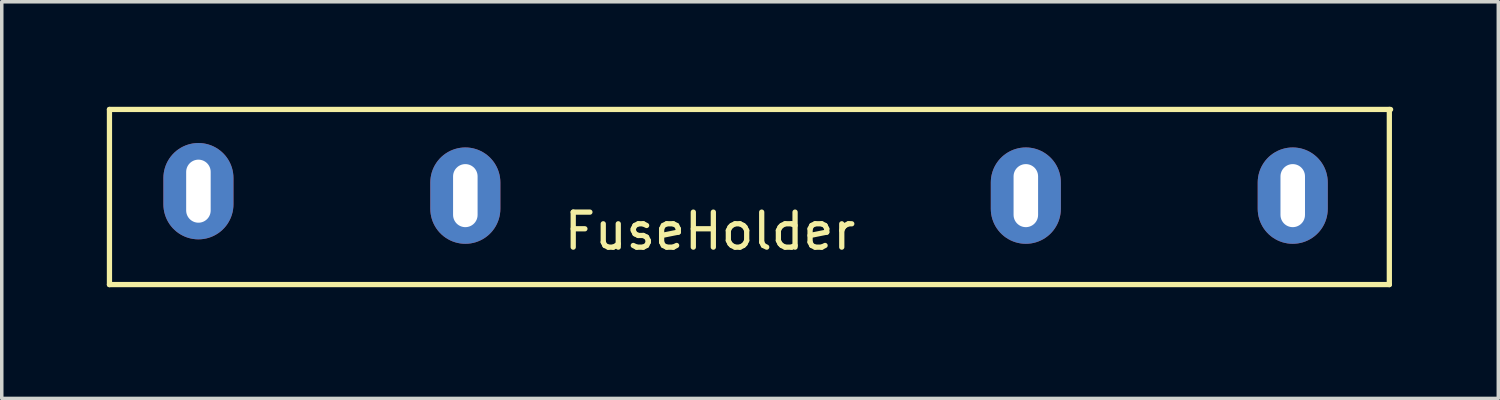
<source format=kicad_pcb>
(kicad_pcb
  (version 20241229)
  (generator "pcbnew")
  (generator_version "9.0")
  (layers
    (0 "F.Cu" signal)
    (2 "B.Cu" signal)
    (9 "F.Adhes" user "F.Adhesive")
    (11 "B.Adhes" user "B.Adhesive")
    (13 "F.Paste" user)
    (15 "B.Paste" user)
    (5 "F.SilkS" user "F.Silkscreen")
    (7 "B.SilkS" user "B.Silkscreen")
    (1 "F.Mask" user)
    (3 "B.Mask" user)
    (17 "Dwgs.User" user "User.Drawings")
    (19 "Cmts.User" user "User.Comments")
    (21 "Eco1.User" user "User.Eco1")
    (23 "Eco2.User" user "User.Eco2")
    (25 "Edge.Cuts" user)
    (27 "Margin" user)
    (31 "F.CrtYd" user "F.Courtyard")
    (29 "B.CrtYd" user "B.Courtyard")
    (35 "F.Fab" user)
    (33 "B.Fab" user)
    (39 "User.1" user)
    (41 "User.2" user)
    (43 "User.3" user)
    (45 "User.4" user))
  (footprint "FuseHolder"
    (layer "F.Cu")
    (at 2.615 5.075)
    (property "Reference" "FuseHolder" (at 14.605 -1.524 0) (layer "F.SilkS") (effects (font (size 1 1) (thickness 0.15))))
    (attr through_hole)
    (fp_line (start -2.54 -5) (end -2.54 0) (stroke (width 0.15) (type solid)) (layer "F.SilkS"))
    (fp_line (start -2.54 -5) (end 34.036 -5) (stroke (width 0.15) (type solid)) (layer "F.SilkS"))
    (fp_line (start 34 -5) (end 34 0) (stroke (width 0.15) (type solid)) (layer "F.SilkS"))
    (fp_line (start 34 0) (end -2.54 0) (stroke (width 0.15) (type solid)) (layer "F.SilkS"))
    (pad "1" thru_hole oval (at 0 -2.667) (size 2 2.75) (drill oval 0.7 1.8) (layers "*.Cu" "*.Mask"))
    (pad "1" thru_hole oval (at 7.62 -2.54) (size 2 2.75) (drill oval 0.7 1.8) (layers "*.Cu" "*.Mask"))
    (pad "2" thru_hole oval (at 23.622 -2.54) (size 2 2.75) (drill oval 0.7 1.8) (layers "*.Cu" "*.Mask"))
    (pad "2" thru_hole oval (at 31.242 -2.54) (size 2 2.75) (drill oval 0.7 1.8) (layers "*.Cu" "*.Mask")))
  (gr_rect
    (start -3 -3)
    (end 39.726 8.325)
    (stroke (width 0.1) (type default))
    (fill no)
    (layer "Edge.Cuts")))
</source>
